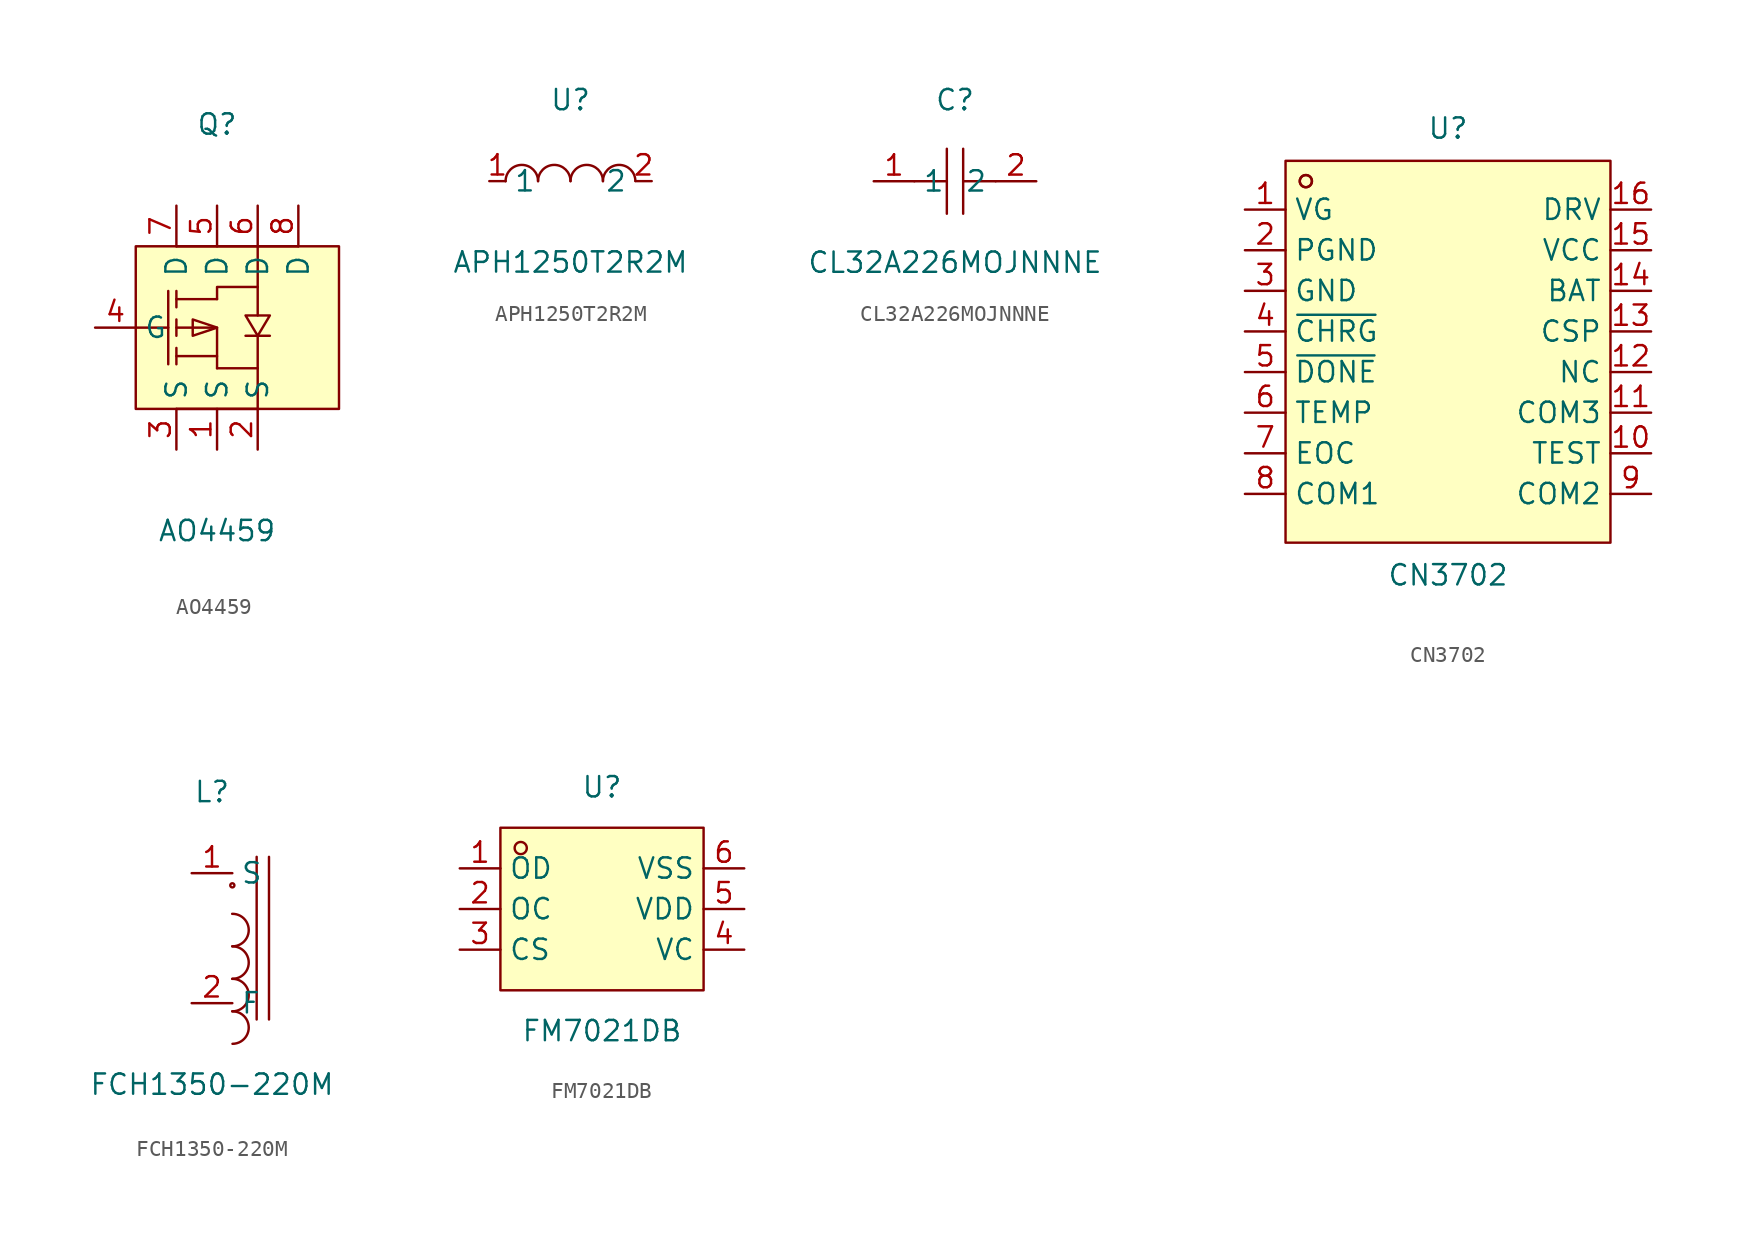
<source format=kicad_sym>
(kicad_symbol_lib
  (version 20241209)
  (generator "kicad_symbol_editor")
  (generator_version "9.0")
  (symbol "AO4459"
    (property "Reference" "Q"
      (at 0 12.70 0)
      (effects (font (size 1.27 1.27))))
    (property "Value" "AO4459"
      (at 0 -12.70 0)
      (effects (font (size 1.27 1.27))))
    (symbol "AO4459_0_1"
      (rectangle (start -5.08 5.08) (end 7.62 -5.08) (stroke (width 0) (type default) (color 0 0 0 0)) (fill (type background)))
      (polyline (pts (xy -5.08 -0.00) (xy -3.05 -0.00)) (stroke (width 0) (type default) (color 0 0 0 0)) (fill (type none)))
      (polyline (pts (xy 2.54 2.54) (xy 2.54 5.08)) (stroke (width 0) (type default) (color 0 0 0 0)) (fill (type none)))
      (polyline (pts (xy 5.08 5.08) (xy -2.54 5.08)) (stroke (width 0) (type default) (color 0 0 0 0)) (fill (type none)))
      (polyline (pts (xy 2.54 -5.08) (xy -2.54 -5.08)) (stroke (width 0) (type default) (color 0 0 0 0)) (fill (type none)))
      (polyline (pts (xy 2.54 -5.08) (xy 2.54 -2.54)) (stroke (width 0) (type default) (color 0 0 0 0)) (fill (type none)))
      (polyline (pts (xy 0.00 -2.54) (xy 2.54 -2.54) (xy 2.54 -0.51)) (stroke (width 0) (type default) (color 0 0 0 0)) (fill (type none)))
      (polyline (pts (xy 0.00 1.78) (xy 0.00 2.54) (xy 2.54 2.54) (xy 2.54 0.76)) (stroke (width 0) (type default) (color 0 0 0 0)) (fill (type none)))
      (polyline (pts (xy 0.00 1.78) (xy -2.54 1.78)) (stroke (width 0) (type default) (color 0 0 0 0)) (fill (type none)))
      (polyline (pts (xy -2.54 -0.00) (xy 0.00 -0.00) (xy 0.00 -2.54)) (stroke (width 0) (type default) (color 0 0 0 0)) (fill (type none)))
      (polyline (pts (xy 0.00 -1.78) (xy -2.54 -1.78)) (stroke (width 0) (type default) (color 0 0 0 0)) (fill (type none)))
      (polyline (pts (xy -3.05 2.29) (xy -3.05 -2.29)) (stroke (width 0) (type default) (color 0 0 0 0)) (fill (type none)))
      (polyline (pts (xy -2.54 1.27) (xy -2.54 2.29)) (stroke (width 0) (type default) (color 0 0 0 0)) (fill (type none)))
      (polyline (pts (xy -2.54 -0.51) (xy -2.54 0.51)) (stroke (width 0) (type default) (color 0 0 0 0)) (fill (type none)))
      (polyline (pts (xy -2.54 -2.29) (xy -2.54 -1.27)) (stroke (width 0) (type default) (color 0 0 0 0)) (fill (type none)))
      (polyline (pts (xy 3.30 -0.51) (xy 3.05 -0.51) (xy 2.03 -0.51) (xy 1.78 -0.51)) (stroke (width 0) (type default) (color 0 0 0 0)) (fill (type none)))
      (polyline (pts (xy 0.00 -0.00) (xy -1.52 0.51) (xy -1.52 -0.51) (xy 0.00 -0.00)) (stroke (width 0) (type default) (color 0 0 0 0)) (fill (type background)))
      (polyline (pts (xy 2.54 -0.51) (xy 3.30 0.76) (xy 1.78 0.76) (xy 2.54 -0.51)) (stroke (width 0) (type default) (color 0 0 0 0)) (fill (type background)))
      (pin unspecified line (at 0.00 -7.62 90) (length 2.54) (name "S" (effects (font (size 1.27 1.27)))) (number "1" (effects (font (size 1.27 1.27)))))
      (pin unspecified line (at 0.00 7.62 270) (length 2.54) (name "D" (effects (font (size 1.27 1.27)))) (number "5" (effects (font (size 1.27 1.27)))))
      (pin unspecified line (at 2.54 -7.62 90) (length 2.54) (name "S" (effects (font (size 1.27 1.27)))) (number "2" (effects (font (size 1.27 1.27)))))
      (pin unspecified line (at 2.54 7.62 270) (length 2.54) (name "D" (effects (font (size 1.27 1.27)))) (number "6" (effects (font (size 1.27 1.27)))))
      (pin unspecified line (at 5.08 7.62 270) (length 2.54) (name "D" (effects (font (size 1.27 1.27)))) (number "8" (effects (font (size 1.27 1.27)))))
      (pin unspecified line (at -2.54 7.62 270) (length 2.54) (name "D" (effects (font (size 1.27 1.27)))) (number "7" (effects (font (size 1.27 1.27)))))
      (pin unspecified line (at -7.62 -0.00 0) (length 2.54) (name "G" (effects (font (size 1.27 1.27)))) (number "4" (effects (font (size 1.27 1.27)))))
      (pin unspecified line (at -2.54 -7.62 90) (length 2.54) (name "S" (effects (font (size 1.27 1.27)))) (number "3" (effects (font (size 1.27 1.27)))))))
  (symbol "APH1250T2R2M"
    (property "Reference" "U"
      (at 0 5.08 0)
      (effects (font (size 1.27 1.27))))
    (property "Value" "APH1250T2R2M"
      (at 0 -5.08 0)
      (effects (font (size 1.27 1.27))))
    (symbol "APH1250T2R2M_0_1"
      (arc (start -4.06 -0.01) (mid -2.83 0.99) (end -2.03 0.01) (stroke (width 0) (type default) (color 0 0 0 0)) (fill (type none)))
      (arc (start -2.03 -0.01) (mid -0.80 0.99) (end 0.00 0.01) (stroke (width 0) (type default) (color 0 0 0 0)) (fill (type none)))
      (arc (start 2.03 -0.01) (mid 3.26 0.99) (end 4.06 0.01) (stroke (width 0) (type default) (color 0 0 0 0)) (fill (type none)))
      (arc (start 0.00 -0.01) (mid 1.23 0.99) (end 2.03 0.01) (stroke (width 0) (type default) (color 0 0 0 0)) (fill (type none)))
      (pin unspecified line (at 5.08 -0.00 180) (length 1.016) (name "2" (effects (font (size 1.27 1.27)))) (number "2" (effects (font (size 1.27 1.27)))))
      (pin unspecified line (at -5.08 -0.00 0) (length 1.016) (name "1" (effects (font (size 1.27 1.27)))) (number "1" (effects (font (size 1.27 1.27)))))))
  (symbol "CL32A226MOJNNNE"
    (property "Reference" "C"
      (at 0 5.08 0)
      (effects (font (size 1.27 1.27))))
    (property "Value" "CL32A226MOJNNNE"
      (at 0 -5.08 0)
      (effects (font (size 1.27 1.27))))
    (symbol "CL32A226MOJNNNE_0_1"
      (polyline (pts (xy -0.51 -2.03) (xy -0.51 2.03)) (stroke (width 0) (type default) (color 0 0 0 0)) (fill (type none)))
      (polyline (pts (xy 2.54 -0.00) (xy 0.51 -0.00)) (stroke (width 0) (type default) (color 0 0 0 0)) (fill (type none)))
      (polyline (pts (xy 0.51 2.03) (xy 0.51 -2.03)) (stroke (width 0) (type default) (color 0 0 0 0)) (fill (type none)))
      (polyline (pts (xy -0.51 -0.00) (xy -2.54 -0.00)) (stroke (width 0) (type default) (color 0 0 0 0)) (fill (type none)))
      (pin unspecified line (at -5.08 -0.00 0) (length 2.54) (name "1" (effects (font (size 1.27 1.27)))) (number "1" (effects (font (size 1.27 1.27)))))
      (pin unspecified line (at 5.08 -0.00 180) (length 2.54) (name "2" (effects (font (size 1.27 1.27)))) (number "2" (effects (font (size 1.27 1.27)))))))
  (symbol "CN3702"
    (property "Reference" "U"
      (at 0 13.97 0)
      (effects (font (size 1.27 1.27))))
    (property "Value" "CN3702"
      (at 0 -13.97 0)
      (effects (font (size 1.27 1.27))))
    (symbol "CN3702_0_1"
      (rectangle (start -10.16 11.94) (end 10.16 -11.94) (stroke (width 0) (type default) (color 0 0 0 0)) (fill (type background)))
      (circle (center -8.89 10.67) (radius 0.38) (stroke (width 0) (type default) (color 0 0 0 0)) (fill (type none)))
      (circle (center -8.89 10.67) (radius 0.38) (stroke (width 0) (type default) (color 0 0 0 0)) (fill (type none)))
      (pin unspecified line (at -12.70 8.89 0) (length 2.54) (name "VG" (effects (font (size 1.27 1.27)))) (number "1" (effects (font (size 1.27 1.27)))))
      (pin unspecified line (at -12.70 6.35 0) (length 2.54) (name "PGND" (effects (font (size 1.27 1.27)))) (number "2" (effects (font (size 1.27 1.27)))))
      (pin unspecified line (at -12.70 3.81 0) (length 2.54) (name "GND" (effects (font (size 1.27 1.27)))) (number "3" (effects (font (size 1.27 1.27)))))
      (pin unspecified line (at -12.70 1.27 0) (length 2.54) (name "~{CHRG}" (effects (font (size 1.27 1.27)))) (number "4" (effects (font (size 1.27 1.27)))))
      (pin unspecified line (at -12.70 -1.27 0) (length 2.54) (name "~{DONE}" (effects (font (size 1.27 1.27)))) (number "5" (effects (font (size 1.27 1.27)))))
      (pin unspecified line (at -12.70 -3.81 0) (length 2.54) (name "TEMP" (effects (font (size 1.27 1.27)))) (number "6" (effects (font (size 1.27 1.27)))))
      (pin unspecified line (at -12.70 -6.35 0) (length 2.54) (name "EOC" (effects (font (size 1.27 1.27)))) (number "7" (effects (font (size 1.27 1.27)))))
      (pin unspecified line (at -12.70 -8.89 0) (length 2.54) (name "COM1" (effects (font (size 1.27 1.27)))) (number "8" (effects (font (size 1.27 1.27)))))
      (pin unspecified line (at 12.70 -8.89 180) (length 2.54) (name "COM2" (effects (font (size 1.27 1.27)))) (number "9" (effects (font (size 1.27 1.27)))))
      (pin unspecified line (at 12.70 -6.35 180) (length 2.54) (name "TEST" (effects (font (size 1.27 1.27)))) (number "10" (effects (font (size 1.27 1.27)))))
      (pin unspecified line (at 12.70 -3.81 180) (length 2.54) (name "COM3" (effects (font (size 1.27 1.27)))) (number "11" (effects (font (size 1.27 1.27)))))
      (pin unspecified line (at 12.70 -1.27 180) (length 2.54) (name "NC" (effects (font (size 1.27 1.27)))) (number "12" (effects (font (size 1.27 1.27)))))
      (pin unspecified line (at 12.70 1.27 180) (length 2.54) (name "CSP" (effects (font (size 1.27 1.27)))) (number "13" (effects (font (size 1.27 1.27)))))
      (pin unspecified line (at 12.70 3.81 180) (length 2.54) (name "BAT" (effects (font (size 1.27 1.27)))) (number "14" (effects (font (size 1.27 1.27)))))
      (pin unspecified line (at 12.70 6.35 180) (length 2.54) (name "VCC" (effects (font (size 1.27 1.27)))) (number "15" (effects (font (size 1.27 1.27)))))
      (pin unspecified line (at 12.70 8.89 180) (length 2.54) (name "DRV" (effects (font (size 1.27 1.27)))) (number "16" (effects (font (size 1.27 1.27)))))))
  (symbol "FCH1350-220M"
    (property "Reference" "L"
      (at 0 10.41 0)
      (effects (font (size 1.27 1.27))))
    (property "Value" "FCH1350-220M"
      (at 0 -7.87 0)
      (effects (font (size 1.27 1.27))))
    (symbol "FCH1350-220M_0_1"
      (circle (center 1.27 4.57) (radius 0.13) (stroke (width 0) (type default) (color 0 0 0 0)) (fill (type none)))
      (arc (start 1.28 -1.27) (mid 1.48 0.74) (end 1.26 0.76) (stroke (width 0) (type default) (color 0 0 0 0)) (fill (type none)))
      (arc (start 1.28 0.76) (mid 1.48 2.77) (end 1.26 2.79) (stroke (width 0) (type default) (color 0 0 0 0)) (fill (type none)))
      (arc (start 1.28 -3.30) (mid 1.48 -1.29) (end 1.26 -1.27) (stroke (width 0) (type default) (color 0 0 0 0)) (fill (type none)))
      (arc (start 1.28 -5.33) (mid 2.27 -4.50) (end 1.26 -3.30) (stroke (width 0) (type default) (color 0 0 0 0)) (fill (type none)))
      (polyline (pts (xy 3.56 -3.81) (xy 3.56 6.35)) (stroke (width 0) (type default) (color 0 0 0 0)) (fill (type none)))
      (polyline (pts (xy 2.79 6.35) (xy 2.79 -3.81)) (stroke (width 0) (type default) (color 0 0 0 0)) (fill (type none)))
      (pin unspecified line (at -1.27 5.33 0) (length 2.54) (name "S" (effects (font (size 1.27 1.27)))) (number "1" (effects (font (size 1.27 1.27)))))
      (pin unspecified line (at -1.27 -2.79 0) (length 2.54) (name "F" (effects (font (size 1.27 1.27)))) (number "2" (effects (font (size 1.27 1.27)))))))
  (symbol "FM7021DB"
    (property "Reference" "U"
      (at 0 7.62 0)
      (effects (font (size 1.27 1.27))))
    (property "Value" "FM7021DB"
      (at 0 -7.62 0)
      (effects (font (size 1.27 1.27))))
    (symbol "FM7021DB_0_1"
      (rectangle (start -6.35 5.08) (end 6.35 -5.08) (stroke (width 0) (type default) (color 0 0 0 0)) (fill (type background)))
      (circle (center -5.08 3.81) (radius 0.38) (stroke (width 0) (type default) (color 0 0 0 0)) (fill (type none)))
      (pin unspecified line (at -8.89 2.54 0) (length 2.54) (name "OD" (effects (font (size 1.27 1.27)))) (number "1" (effects (font (size 1.27 1.27)))))
      (pin unspecified line (at -8.89 -0.00 0) (length 2.54) (name "OC" (effects (font (size 1.27 1.27)))) (number "2" (effects (font (size 1.27 1.27)))))
      (pin unspecified line (at -8.89 -2.54 0) (length 2.54) (name "CS" (effects (font (size 1.27 1.27)))) (number "3" (effects (font (size 1.27 1.27)))))
      (pin unspecified line (at 8.89 -2.54 180) (length 2.54) (name "VC" (effects (font (size 1.27 1.27)))) (number "4" (effects (font (size 1.27 1.27)))))
      (pin unspecified line (at 8.89 -0.00 180) (length 2.54) (name "VDD" (effects (font (size 1.27 1.27)))) (number "5" (effects (font (size 1.27 1.27)))))
      (pin unspecified line (at 8.89 2.54 180) (length 2.54) (name "VSS" (effects (font (size 1.27 1.27)))) (number "6" (effects (font (size 1.27 1.27))))))))
</source>
